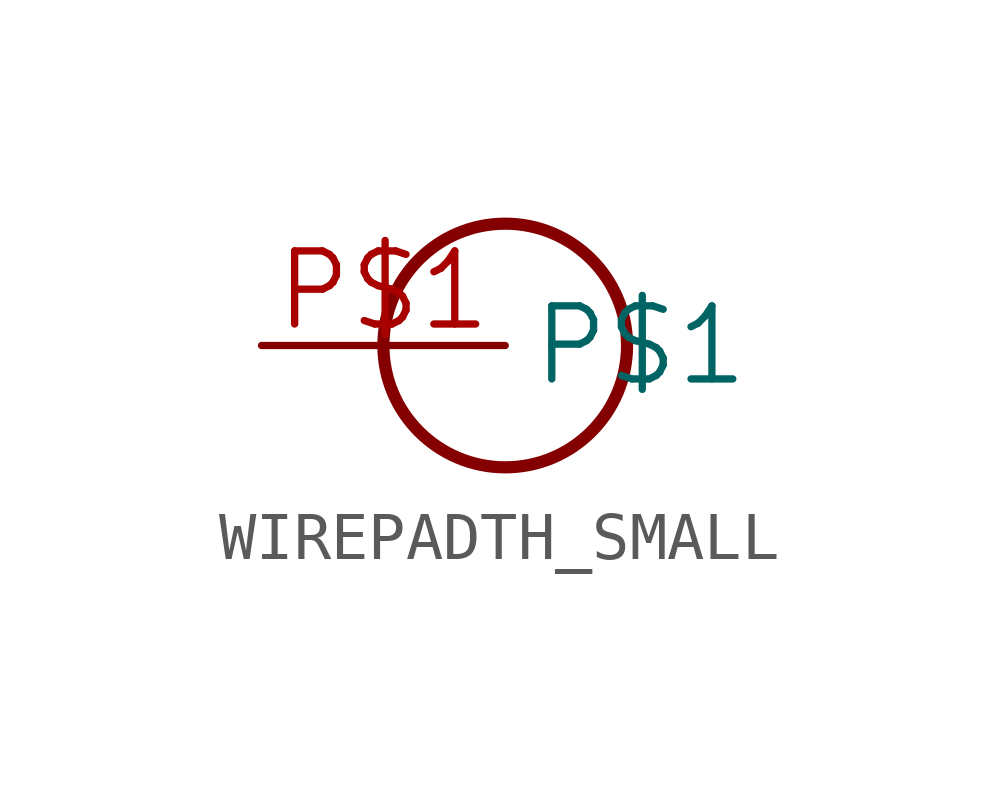
<source format=kicad_sym>
(kicad_symbol_lib
  (version 20241209)
  (generator "kicad_symbol_editor")
  (generator_version "9.0")
  (symbol "WIREPADTH_SMALL"
    (property "Reference" ""
      (at 0 0 0)
      (effects (font (size 1.27 1.27)) (hide yes)))
    (property "ki_locked" ""
      (at 0 0 0)
      (effects (font (size 1.27 1.27))))
    (symbol "WIREPADTH_SMALL_1_0"
      (circle (center 5.08 0) (radius 2.54) (stroke (width 0.254) (type solid)) (fill (type none)))
      (pin bidirectional line (at 0 0 0) (length 5.08) (name "P$1" (effects (font (size 1.524 1.524)))) (number "P$1" (effects (font (size 1.524 1.524))))))))
</source>
